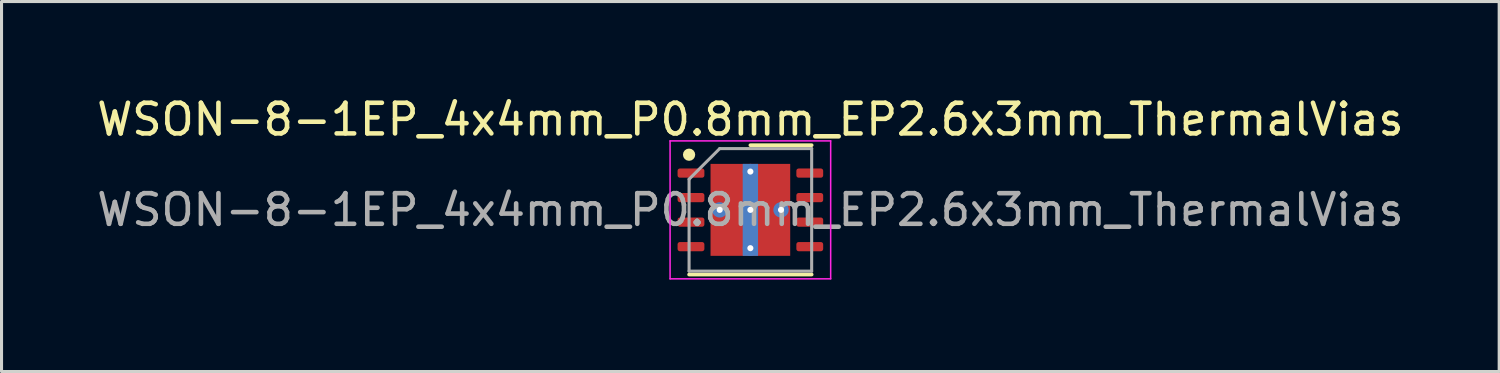
<source format=kicad_pcb>
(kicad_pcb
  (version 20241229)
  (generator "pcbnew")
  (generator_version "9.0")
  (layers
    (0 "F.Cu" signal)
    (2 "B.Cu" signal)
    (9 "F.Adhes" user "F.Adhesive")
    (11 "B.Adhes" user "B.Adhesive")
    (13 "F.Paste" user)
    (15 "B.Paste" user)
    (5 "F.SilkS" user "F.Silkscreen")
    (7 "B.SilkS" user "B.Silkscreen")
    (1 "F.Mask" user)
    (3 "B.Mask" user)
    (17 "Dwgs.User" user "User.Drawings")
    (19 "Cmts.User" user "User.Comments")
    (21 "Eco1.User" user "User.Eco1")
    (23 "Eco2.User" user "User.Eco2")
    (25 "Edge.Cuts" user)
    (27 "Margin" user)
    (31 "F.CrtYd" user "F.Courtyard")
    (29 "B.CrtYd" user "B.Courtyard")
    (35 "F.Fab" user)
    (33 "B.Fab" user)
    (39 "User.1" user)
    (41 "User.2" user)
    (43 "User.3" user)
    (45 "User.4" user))
  (footprint "WSON-8-1EP_4x4mm_P0.8mm_EP2.6x3mm_ThermalVias"
    (layer "F.Cu")
    (at 21.435 3.798)
    (property "Reference" "WSON-8-1EP_4x4mm_P0.8mm_EP2.6x3mm_ThermalVias" (at 0 -2.95 0) (layer "F.SilkS") (effects (font (size 1 1) (thickness 0.15))))
    (attr smd)
    (fp_line (start -2 2.11) (end 2 2.11) (stroke (width 0.12) (type solid)) (layer "F.SilkS"))
    (fp_line (start 0 -2.11) (end 2 -2.11) (stroke (width 0.12) (type solid)) (layer "F.SilkS"))
    (fp_circle (center -2 -1.8) (end -1.9 -1.8) (stroke (width 0.2) (type solid)) (fill no) (layer "F.SilkS"))
    (fp_line (start -2.62 -2.25) (end -2.62 2.25) (stroke (width 0.05) (type solid)) (layer "F.CrtYd"))
    (fp_line (start -2.62 2.25) (end 2.62 2.25) (stroke (width 0.05) (type solid)) (layer "F.CrtYd"))
    (fp_line (start 2.62 -2.25) (end -2.62 -2.25) (stroke (width 0.05) (type solid)) (layer "F.CrtYd"))
    (fp_line (start 2.62 2.25) (end 2.62 -2.25) (stroke (width 0.05) (type solid)) (layer "F.CrtYd"))
    (fp_line (start -2 -1) (end -1 -2) (stroke (width 0.1) (type solid)) (layer "F.Fab"))
    (fp_line (start -2 2) (end -2 -1) (stroke (width 0.1) (type solid)) (layer "F.Fab"))
    (fp_line (start -1 -2) (end 2 -2) (stroke (width 0.1) (type solid)) (layer "F.Fab"))
    (fp_line (start 2 -2) (end 2 2) (stroke (width 0.1) (type solid)) (layer "F.Fab"))
    (fp_line (start 2 2) (end -2 2) (stroke (width 0.1) (type solid)) (layer "F.Fab"))
    (fp_text user "${REFERENCE}" (at 0 0 0) (layer "F.Fab") (effects (font (size 1 1) (thickness 0.15))))
    (pad "" smd roundrect (at -0.65 -0.625) (size 1.048 1.008) (layers "F.Paste") (roundrect_rratio 0.248))
    (pad "" smd roundrect (at -0.65 0.625) (size 1.048 1.008) (layers "F.Paste") (roundrect_rratio 0.248))
    (pad "" smd roundrect (at 0.65 -0.625) (size 1.048 1.008) (layers "F.Paste") (roundrect_rratio 0.248))
    (pad "" smd roundrect (at 0.65 0.625) (size 1.048 1.008) (layers "F.Paste") (roundrect_rratio 0.248))
    (pad "1" smd roundrect (at -1.938 -1.2) (size 0.875 0.3) (layers "F.Cu" "F.Mask" "F.Paste") (roundrect_rratio 0.25))
    (pad "2" smd roundrect (at -1.938 -0.4) (size 0.875 0.3) (layers "F.Cu" "F.Mask" "F.Paste") (roundrect_rratio 0.25))
    (pad "3" smd roundrect (at -1.938 0.4) (size 0.875 0.3) (layers "F.Cu" "F.Mask" "F.Paste") (roundrect_rratio 0.25))
    (pad "4" smd roundrect (at -1.938 1.2) (size 0.875 0.3) (layers "F.Cu" "F.Mask" "F.Paste") (roundrect_rratio 0.25))
    (pad "5" smd roundrect (at 1.938 1.2) (size 0.875 0.3) (layers "F.Cu" "F.Mask" "F.Paste") (roundrect_rratio 0.25))
    (pad "6" smd roundrect (at 1.938 0.4) (size 0.875 0.3) (layers "F.Cu" "F.Mask" "F.Paste") (roundrect_rratio 0.25))
    (pad "7" smd roundrect (at 1.938 -0.4) (size 0.875 0.3) (layers "F.Cu" "F.Mask" "F.Paste") (roundrect_rratio 0.25))
    (pad "8" smd roundrect (at 1.938 -1.2) (size 0.875 0.3) (layers "F.Cu" "F.Mask" "F.Paste") (roundrect_rratio 0.25))
    (pad "9" thru_hole circle (at -1 0) (size 0.5 0.5) (drill 0.2) (layers "*.Cu"))
    (pad "9" thru_hole circle (at 0 -1.25) (size 0.5 0.5) (drill 0.2) (layers "*.Cu"))
    (pad "9" thru_hole circle (at 0 0) (size 0.5 0.5) (drill 0.2) (layers "*.Cu"))
    (pad "9" smd rect (at 0 0) (size 0.5 3) (layers "B.Cu"))
    (pad "9" smd rect (at 0 0) (size 2.6 3) (layers "F.Cu" "F.Mask"))
    (pad "9" thru_hole circle (at 0 1.25) (size 0.5 0.5) (drill 0.2) (layers "*.Cu"))
    (pad "9" thru_hole circle (at 1 0) (size 0.5 0.5) (drill 0.2) (layers "*.Cu")))
  (gr_rect
    (start -3 -3)
    (end 45.869 9.073)
    (stroke (width 0.1) (type default))
    (fill no)
    (layer "Edge.Cuts")))
</source>
